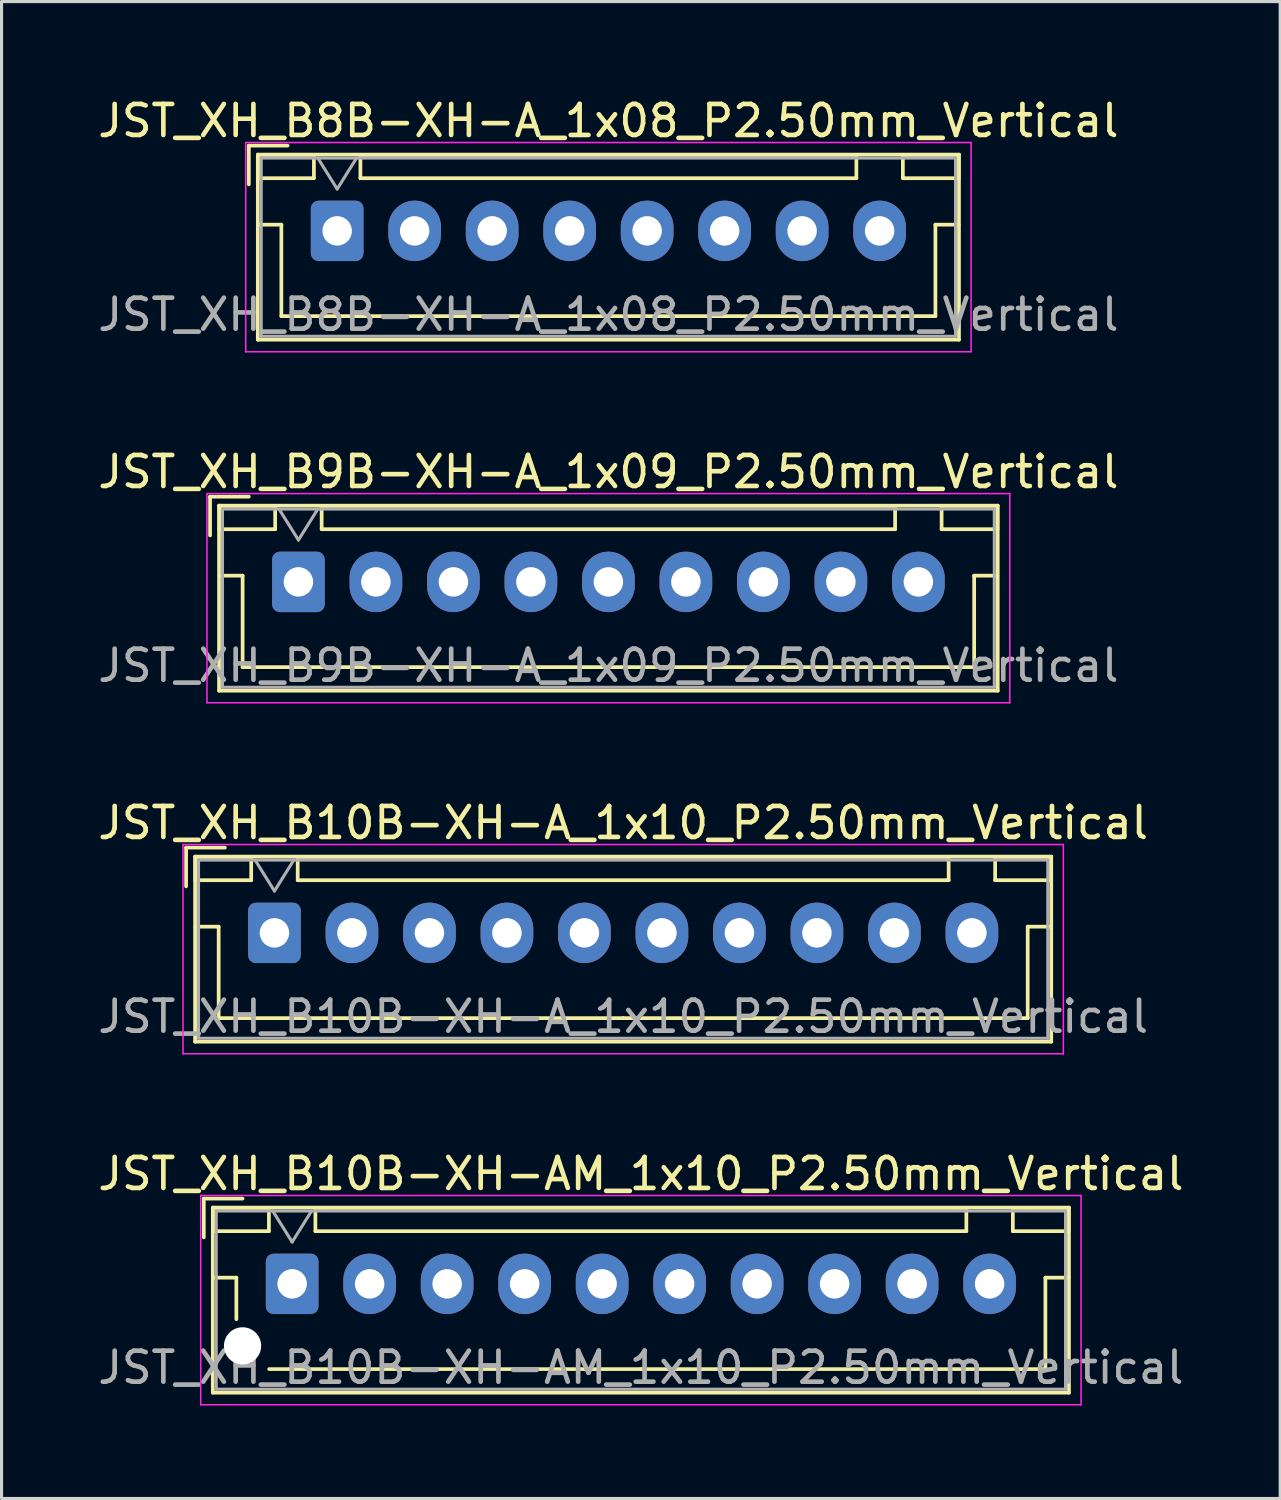
<source format=kicad_pcb>
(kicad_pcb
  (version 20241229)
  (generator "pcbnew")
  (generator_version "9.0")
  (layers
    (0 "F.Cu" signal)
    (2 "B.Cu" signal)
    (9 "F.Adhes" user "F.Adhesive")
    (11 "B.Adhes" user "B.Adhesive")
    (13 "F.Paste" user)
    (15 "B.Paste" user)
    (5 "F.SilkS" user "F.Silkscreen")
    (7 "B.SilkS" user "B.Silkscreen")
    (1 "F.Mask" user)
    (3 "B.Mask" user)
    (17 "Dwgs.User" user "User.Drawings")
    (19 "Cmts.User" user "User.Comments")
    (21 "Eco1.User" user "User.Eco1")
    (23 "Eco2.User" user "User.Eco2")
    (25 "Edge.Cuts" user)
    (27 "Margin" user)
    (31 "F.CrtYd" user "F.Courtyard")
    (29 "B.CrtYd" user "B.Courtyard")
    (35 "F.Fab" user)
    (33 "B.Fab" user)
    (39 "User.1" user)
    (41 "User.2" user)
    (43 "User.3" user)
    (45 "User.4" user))
  (footprint "JST_XH_B9B-XH-A_1x09_P2.50mm_Vertical"
    (layer "F.Cu")
    (at 6.577 15.722)
    (property "Reference" "JST_XH_B9B-XH-A_1x09_P2.50mm_Vertical" (at 10 -3.55 0) (layer "F.SilkS") (effects (font (size 1 1) (thickness 0.15))))
    (attr through_hole)
    (fp_line (start -2.85 -2.75) (end -2.85 -1.5) (stroke (width 0.12) (type solid)) (layer "F.SilkS"))
    (fp_line (start -2.56 -2.46) (end -2.56 3.51) (stroke (width 0.12) (type solid)) (layer "F.SilkS"))
    (fp_line (start -2.56 3.51) (end 22.56 3.51) (stroke (width 0.12) (type solid)) (layer "F.SilkS"))
    (fp_line (start -2.55 -2.45) (end -2.55 -1.7) (stroke (width 0.12) (type solid)) (layer "F.SilkS"))
    (fp_line (start -2.55 -1.7) (end -0.75 -1.7) (stroke (width 0.12) (type solid)) (layer "F.SilkS"))
    (fp_line (start -2.55 -0.2) (end -1.8 -0.2) (stroke (width 0.12) (type solid)) (layer "F.SilkS"))
    (fp_line (start -1.8 -0.2) (end -1.8 2.75) (stroke (width 0.12) (type solid)) (layer "F.SilkS"))
    (fp_line (start -1.8 2.75) (end 10 2.75) (stroke (width 0.12) (type solid)) (layer "F.SilkS"))
    (fp_line (start -1.6 -2.75) (end -2.85 -2.75) (stroke (width 0.12) (type solid)) (layer "F.SilkS"))
    (fp_line (start -0.75 -2.45) (end -2.55 -2.45) (stroke (width 0.12) (type solid)) (layer "F.SilkS"))
    (fp_line (start -0.75 -1.7) (end -0.75 -2.45) (stroke (width 0.12) (type solid)) (layer "F.SilkS"))
    (fp_line (start 0.75 -2.45) (end 0.75 -1.7) (stroke (width 0.12) (type solid)) (layer "F.SilkS"))
    (fp_line (start 0.75 -1.7) (end 19.25 -1.7) (stroke (width 0.12) (type solid)) (layer "F.SilkS"))
    (fp_line (start 19.25 -2.45) (end 0.75 -2.45) (stroke (width 0.12) (type solid)) (layer "F.SilkS"))
    (fp_line (start 19.25 -1.7) (end 19.25 -2.45) (stroke (width 0.12) (type solid)) (layer "F.SilkS"))
    (fp_line (start 20.75 -2.45) (end 20.75 -1.7) (stroke (width 0.12) (type solid)) (layer "F.SilkS"))
    (fp_line (start 20.75 -1.7) (end 22.55 -1.7) (stroke (width 0.12) (type solid)) (layer "F.SilkS"))
    (fp_line (start 21.8 -0.2) (end 21.8 2.75) (stroke (width 0.12) (type solid)) (layer "F.SilkS"))
    (fp_line (start 21.8 2.75) (end 10 2.75) (stroke (width 0.12) (type solid)) (layer "F.SilkS"))
    (fp_line (start 22.55 -2.45) (end 20.75 -2.45) (stroke (width 0.12) (type solid)) (layer "F.SilkS"))
    (fp_line (start 22.55 -1.7) (end 22.55 -2.45) (stroke (width 0.12) (type solid)) (layer "F.SilkS"))
    (fp_line (start 22.55 -0.2) (end 21.8 -0.2) (stroke (width 0.12) (type solid)) (layer "F.SilkS"))
    (fp_line (start 22.56 -2.46) (end -2.56 -2.46) (stroke (width 0.12) (type solid)) (layer "F.SilkS"))
    (fp_line (start 22.56 3.51) (end 22.56 -2.46) (stroke (width 0.12) (type solid)) (layer "F.SilkS"))
    (fp_line (start -2.95 -2.85) (end -2.95 3.9) (stroke (width 0.05) (type solid)) (layer "F.CrtYd"))
    (fp_line (start -2.95 3.9) (end 22.95 3.9) (stroke (width 0.05) (type solid)) (layer "F.CrtYd"))
    (fp_line (start 22.95 -2.85) (end -2.95 -2.85) (stroke (width 0.05) (type solid)) (layer "F.CrtYd"))
    (fp_line (start 22.95 3.9) (end 22.95 -2.85) (stroke (width 0.05) (type solid)) (layer "F.CrtYd"))
    (fp_line (start -2.45 -2.35) (end -2.45 3.4) (stroke (width 0.1) (type solid)) (layer "F.Fab"))
    (fp_line (start -2.45 3.4) (end 22.45 3.4) (stroke (width 0.1) (type solid)) (layer "F.Fab"))
    (fp_line (start -0.625 -2.35) (end 0 -1.35) (stroke (width 0.1) (type solid)) (layer "F.Fab"))
    (fp_line (start 0 -1.35) (end 0.625 -2.35) (stroke (width 0.1) (type solid)) (layer "F.Fab"))
    (fp_line (start 22.45 -2.35) (end -2.45 -2.35) (stroke (width 0.1) (type solid)) (layer "F.Fab"))
    (fp_line (start 22.45 3.4) (end 22.45 -2.35) (stroke (width 0.1) (type solid)) (layer "F.Fab"))
    (fp_text user "${REFERENCE}" (at 10 2.7 0) (layer "F.Fab") (effects (font (size 1 1) (thickness 0.15))))
    (pad "1" thru_hole roundrect (at 0 0) (size 1.7 1.95) (drill 0.95) (layers "*.Cu" "*.Mask") (roundrect_rratio 0.147))
    (pad "2" thru_hole oval (at 2.5 0) (size 1.7 1.95) (drill 0.95) (layers "*.Cu" "*.Mask"))
    (pad "3" thru_hole oval (at 5 0) (size 1.7 1.95) (drill 0.95) (layers "*.Cu" "*.Mask"))
    (pad "4" thru_hole oval (at 7.5 0) (size 1.7 1.95) (drill 0.95) (layers "*.Cu" "*.Mask"))
    (pad "5" thru_hole oval (at 10 0) (size 1.7 1.95) (drill 0.95) (layers "*.Cu" "*.Mask"))
    (pad "6" thru_hole oval (at 12.5 0) (size 1.7 1.95) (drill 0.95) (layers "*.Cu" "*.Mask"))
    (pad "7" thru_hole oval (at 15 0) (size 1.7 1.95) (drill 0.95) (layers "*.Cu" "*.Mask"))
    (pad "8" thru_hole oval (at 17.5 0) (size 1.7 1.95) (drill 0.95) (layers "*.Cu" "*.Mask"))
    (pad "9" thru_hole oval (at 20 0) (size 1.7 1.95) (drill 0.95) (layers "*.Cu" "*.Mask")))
  (footprint "JST_XH_B8B-XH-A_1x08_P2.50mm_Vertical"
    (layer "F.Cu")
    (at 7.827 4.398)
    (property "Reference" "JST_XH_B8B-XH-A_1x08_P2.50mm_Vertical" (at 8.75 -3.55 0) (layer "F.SilkS") (effects (font (size 1 1) (thickness 0.15))))
    (attr through_hole)
    (fp_line (start -2.85 -2.75) (end -2.85 -1.5) (stroke (width 0.12) (type solid)) (layer "F.SilkS"))
    (fp_line (start -2.56 -2.46) (end -2.56 3.51) (stroke (width 0.12) (type solid)) (layer "F.SilkS"))
    (fp_line (start -2.56 3.51) (end 20.06 3.51) (stroke (width 0.12) (type solid)) (layer "F.SilkS"))
    (fp_line (start -2.55 -2.45) (end -2.55 -1.7) (stroke (width 0.12) (type solid)) (layer "F.SilkS"))
    (fp_line (start -2.55 -1.7) (end -0.75 -1.7) (stroke (width 0.12) (type solid)) (layer "F.SilkS"))
    (fp_line (start -2.55 -0.2) (end -1.8 -0.2) (stroke (width 0.12) (type solid)) (layer "F.SilkS"))
    (fp_line (start -1.8 -0.2) (end -1.8 2.75) (stroke (width 0.12) (type solid)) (layer "F.SilkS"))
    (fp_line (start -1.8 2.75) (end 8.75 2.75) (stroke (width 0.12) (type solid)) (layer "F.SilkS"))
    (fp_line (start -1.6 -2.75) (end -2.85 -2.75) (stroke (width 0.12) (type solid)) (layer "F.SilkS"))
    (fp_line (start -0.75 -2.45) (end -2.55 -2.45) (stroke (width 0.12) (type solid)) (layer "F.SilkS"))
    (fp_line (start -0.75 -1.7) (end -0.75 -2.45) (stroke (width 0.12) (type solid)) (layer "F.SilkS"))
    (fp_line (start 0.75 -2.45) (end 0.75 -1.7) (stroke (width 0.12) (type solid)) (layer "F.SilkS"))
    (fp_line (start 0.75 -1.7) (end 16.75 -1.7) (stroke (width 0.12) (type solid)) (layer "F.SilkS"))
    (fp_line (start 16.75 -2.45) (end 0.75 -2.45) (stroke (width 0.12) (type solid)) (layer "F.SilkS"))
    (fp_line (start 16.75 -1.7) (end 16.75 -2.45) (stroke (width 0.12) (type solid)) (layer "F.SilkS"))
    (fp_line (start 18.25 -2.45) (end 18.25 -1.7) (stroke (width 0.12) (type solid)) (layer "F.SilkS"))
    (fp_line (start 18.25 -1.7) (end 20.05 -1.7) (stroke (width 0.12) (type solid)) (layer "F.SilkS"))
    (fp_line (start 19.3 -0.2) (end 19.3 2.75) (stroke (width 0.12) (type solid)) (layer "F.SilkS"))
    (fp_line (start 19.3 2.75) (end 8.75 2.75) (stroke (width 0.12) (type solid)) (layer "F.SilkS"))
    (fp_line (start 20.05 -2.45) (end 18.25 -2.45) (stroke (width 0.12) (type solid)) (layer "F.SilkS"))
    (fp_line (start 20.05 -1.7) (end 20.05 -2.45) (stroke (width 0.12) (type solid)) (layer "F.SilkS"))
    (fp_line (start 20.05 -0.2) (end 19.3 -0.2) (stroke (width 0.12) (type solid)) (layer "F.SilkS"))
    (fp_line (start 20.06 -2.46) (end -2.56 -2.46) (stroke (width 0.12) (type solid)) (layer "F.SilkS"))
    (fp_line (start 20.06 3.51) (end 20.06 -2.46) (stroke (width 0.12) (type solid)) (layer "F.SilkS"))
    (fp_line (start -2.95 -2.85) (end -2.95 3.9) (stroke (width 0.05) (type solid)) (layer "F.CrtYd"))
    (fp_line (start -2.95 3.9) (end 20.45 3.9) (stroke (width 0.05) (type solid)) (layer "F.CrtYd"))
    (fp_line (start 20.45 -2.85) (end -2.95 -2.85) (stroke (width 0.05) (type solid)) (layer "F.CrtYd"))
    (fp_line (start 20.45 3.9) (end 20.45 -2.85) (stroke (width 0.05) (type solid)) (layer "F.CrtYd"))
    (fp_line (start -2.45 -2.35) (end -2.45 3.4) (stroke (width 0.1) (type solid)) (layer "F.Fab"))
    (fp_line (start -2.45 3.4) (end 19.95 3.4) (stroke (width 0.1) (type solid)) (layer "F.Fab"))
    (fp_line (start -0.625 -2.35) (end 0 -1.35) (stroke (width 0.1) (type solid)) (layer "F.Fab"))
    (fp_line (start 0 -1.35) (end 0.625 -2.35) (stroke (width 0.1) (type solid)) (layer "F.Fab"))
    (fp_line (start 19.95 -2.35) (end -2.45 -2.35) (stroke (width 0.1) (type solid)) (layer "F.Fab"))
    (fp_line (start 19.95 3.4) (end 19.95 -2.35) (stroke (width 0.1) (type solid)) (layer "F.Fab"))
    (fp_text user "${REFERENCE}" (at 8.75 2.7 0) (layer "F.Fab") (effects (font (size 1 1) (thickness 0.15))))
    (pad "1" thru_hole roundrect (at 0 0) (size 1.7 1.95) (drill 0.95) (layers "*.Cu" "*.Mask") (roundrect_rratio 0.147))
    (pad "2" thru_hole oval (at 2.5 0) (size 1.7 1.95) (drill 0.95) (layers "*.Cu" "*.Mask"))
    (pad "3" thru_hole oval (at 5 0) (size 1.7 1.95) (drill 0.95) (layers "*.Cu" "*.Mask"))
    (pad "4" thru_hole oval (at 7.5 0) (size 1.7 1.95) (drill 0.95) (layers "*.Cu" "*.Mask"))
    (pad "5" thru_hole oval (at 10 0) (size 1.7 1.95) (drill 0.95) (layers "*.Cu" "*.Mask"))
    (pad "6" thru_hole oval (at 12.5 0) (size 1.7 1.95) (drill 0.95) (layers "*.Cu" "*.Mask"))
    (pad "7" thru_hole oval (at 15 0) (size 1.7 1.95) (drill 0.95) (layers "*.Cu" "*.Mask"))
    (pad "8" thru_hole oval (at 17.5 0) (size 1.7 1.95) (drill 0.95) (layers "*.Cu" "*.Mask")))
  (footprint "JST_XH_B10B-XH-AM_1x10_P2.50mm_Vertical"
    (layer "F.Cu")
    (at 6.375 38.368)
    (property "Reference" "JST_XH_B10B-XH-AM_1x10_P2.50mm_Vertical" (at 11.25 -3.55 0) (layer "F.SilkS") (effects (font (size 1 1) (thickness 0.15))))
    (attr through_hole)
    (fp_line (start -2.85 -2.75) (end -2.85 -1.5) (stroke (width 0.12) (type solid)) (layer "F.SilkS"))
    (fp_line (start -2.56 -2.46) (end -2.56 3.51) (stroke (width 0.12) (type solid)) (layer "F.SilkS"))
    (fp_line (start -2.56 3.51) (end 25.06 3.51) (stroke (width 0.12) (type solid)) (layer "F.SilkS"))
    (fp_line (start -2.55 -2.45) (end -2.55 -1.7) (stroke (width 0.12) (type solid)) (layer "F.SilkS"))
    (fp_line (start -2.55 -1.7) (end -0.75 -1.7) (stroke (width 0.12) (type solid)) (layer "F.SilkS"))
    (fp_line (start -2.55 -0.2) (end -1.8 -0.2) (stroke (width 0.12) (type solid)) (layer "F.SilkS"))
    (fp_line (start -1.8 -0.2) (end -1.8 1.14) (stroke (width 0.12) (type solid)) (layer "F.SilkS"))
    (fp_line (start -1.6 -2.75) (end -2.85 -2.75) (stroke (width 0.12) (type solid)) (layer "F.SilkS"))
    (fp_line (start -0.75 -2.45) (end -2.55 -2.45) (stroke (width 0.12) (type solid)) (layer "F.SilkS"))
    (fp_line (start -0.75 -1.7) (end -0.75 -2.45) (stroke (width 0.12) (type solid)) (layer "F.SilkS"))
    (fp_line (start 0.75 -2.45) (end 0.75 -1.7) (stroke (width 0.12) (type solid)) (layer "F.SilkS"))
    (fp_line (start 0.75 -1.7) (end 21.75 -1.7) (stroke (width 0.12) (type solid)) (layer "F.SilkS"))
    (fp_line (start 11.25 2.75) (end -0.74 2.75) (stroke (width 0.12) (type solid)) (layer "F.SilkS"))
    (fp_line (start 21.75 -2.45) (end 0.75 -2.45) (stroke (width 0.12) (type solid)) (layer "F.SilkS"))
    (fp_line (start 21.75 -1.7) (end 21.75 -2.45) (stroke (width 0.12) (type solid)) (layer "F.SilkS"))
    (fp_line (start 23.25 -2.45) (end 23.25 -1.7) (stroke (width 0.12) (type solid)) (layer "F.SilkS"))
    (fp_line (start 23.25 -1.7) (end 25.05 -1.7) (stroke (width 0.12) (type solid)) (layer "F.SilkS"))
    (fp_line (start 24.3 -0.2) (end 24.3 2.75) (stroke (width 0.12) (type solid)) (layer "F.SilkS"))
    (fp_line (start 24.3 2.75) (end 11.25 2.75) (stroke (width 0.12) (type solid)) (layer "F.SilkS"))
    (fp_line (start 25.05 -2.45) (end 23.25 -2.45) (stroke (width 0.12) (type solid)) (layer "F.SilkS"))
    (fp_line (start 25.05 -1.7) (end 25.05 -2.45) (stroke (width 0.12) (type solid)) (layer "F.SilkS"))
    (fp_line (start 25.05 -0.2) (end 24.3 -0.2) (stroke (width 0.12) (type solid)) (layer "F.SilkS"))
    (fp_line (start 25.06 -2.46) (end -2.56 -2.46) (stroke (width 0.12) (type solid)) (layer "F.SilkS"))
    (fp_line (start 25.06 3.51) (end 25.06 -2.46) (stroke (width 0.12) (type solid)) (layer "F.SilkS"))
    (fp_line (start -2.95 -2.85) (end -2.95 3.9) (stroke (width 0.05) (type solid)) (layer "F.CrtYd"))
    (fp_line (start -2.95 3.9) (end 25.45 3.9) (stroke (width 0.05) (type solid)) (layer "F.CrtYd"))
    (fp_line (start 25.45 -2.85) (end -2.95 -2.85) (stroke (width 0.05) (type solid)) (layer "F.CrtYd"))
    (fp_line (start 25.45 3.9) (end 25.45 -2.85) (stroke (width 0.05) (type solid)) (layer "F.CrtYd"))
    (fp_line (start -2.45 -2.35) (end -2.45 3.4) (stroke (width 0.1) (type solid)) (layer "F.Fab"))
    (fp_line (start -2.45 3.4) (end 24.95 3.4) (stroke (width 0.1) (type solid)) (layer "F.Fab"))
    (fp_line (start -0.625 -2.35) (end 0 -1.35) (stroke (width 0.1) (type solid)) (layer "F.Fab"))
    (fp_line (start 0 -1.35) (end 0.625 -2.35) (stroke (width 0.1) (type solid)) (layer "F.Fab"))
    (fp_line (start 24.95 -2.35) (end -2.45 -2.35) (stroke (width 0.1) (type solid)) (layer "F.Fab"))
    (fp_line (start 24.95 3.4) (end 24.95 -2.35) (stroke (width 0.1) (type solid)) (layer "F.Fab"))
    (fp_text user "${REFERENCE}" (at 11.25 2.7 0) (layer "F.Fab") (effects (font (size 1 1) (thickness 0.15))))
    (pad "" np_thru_hole circle (at -1.6 2) (size 1.2 1.2) (drill 1.2) (layers "*.Cu" "*.Mask"))
    (pad "1" thru_hole roundrect (at 0 0) (size 1.7 1.95) (drill 0.95) (layers "*.Cu" "*.Mask") (roundrect_rratio 0.147))
    (pad "2" thru_hole oval (at 2.5 0) (size 1.7 1.95) (drill 0.95) (layers "*.Cu" "*.Mask"))
    (pad "3" thru_hole oval (at 5 0) (size 1.7 1.95) (drill 0.95) (layers "*.Cu" "*.Mask"))
    (pad "4" thru_hole oval (at 7.5 0) (size 1.7 1.95) (drill 0.95) (layers "*.Cu" "*.Mask"))
    (pad "5" thru_hole oval (at 10 0) (size 1.7 1.95) (drill 0.95) (layers "*.Cu" "*.Mask"))
    (pad "6" thru_hole oval (at 12.5 0) (size 1.7 1.95) (drill 0.95) (layers "*.Cu" "*.Mask"))
    (pad "7" thru_hole oval (at 15 0) (size 1.7 1.95) (drill 0.95) (layers "*.Cu" "*.Mask"))
    (pad "8" thru_hole oval (at 17.5 0) (size 1.7 1.95) (drill 0.95) (layers "*.Cu" "*.Mask"))
    (pad "9" thru_hole oval (at 20 0) (size 1.7 1.95) (drill 0.95) (layers "*.Cu" "*.Mask"))
    (pad "10" thru_hole oval (at 22.5 0) (size 1.7 1.95) (drill 0.95) (layers "*.Cu" "*.Mask")))
  (footprint "JST_XH_B10B-XH-A_1x10_P2.50mm_Vertical"
    (layer "F.Cu")
    (at 5.804 27.045)
    (property "Reference" "JST_XH_B10B-XH-A_1x10_P2.50mm_Vertical" (at 11.25 -3.55 0) (layer "F.SilkS") (effects (font (size 1 1) (thickness 0.15))))
    (attr through_hole)
    (fp_line (start -2.85 -2.75) (end -2.85 -1.5) (stroke (width 0.12) (type solid)) (layer "F.SilkS"))
    (fp_line (start -2.56 -2.46) (end -2.56 3.51) (stroke (width 0.12) (type solid)) (layer "F.SilkS"))
    (fp_line (start -2.56 3.51) (end 25.06 3.51) (stroke (width 0.12) (type solid)) (layer "F.SilkS"))
    (fp_line (start -2.55 -2.45) (end -2.55 -1.7) (stroke (width 0.12) (type solid)) (layer "F.SilkS"))
    (fp_line (start -2.55 -1.7) (end -0.75 -1.7) (stroke (width 0.12) (type solid)) (layer "F.SilkS"))
    (fp_line (start -2.55 -0.2) (end -1.8 -0.2) (stroke (width 0.12) (type solid)) (layer "F.SilkS"))
    (fp_line (start -1.8 -0.2) (end -1.8 2.75) (stroke (width 0.12) (type solid)) (layer "F.SilkS"))
    (fp_line (start -1.8 2.75) (end 11.25 2.75) (stroke (width 0.12) (type solid)) (layer "F.SilkS"))
    (fp_line (start -1.6 -2.75) (end -2.85 -2.75) (stroke (width 0.12) (type solid)) (layer "F.SilkS"))
    (fp_line (start -0.75 -2.45) (end -2.55 -2.45) (stroke (width 0.12) (type solid)) (layer "F.SilkS"))
    (fp_line (start -0.75 -1.7) (end -0.75 -2.45) (stroke (width 0.12) (type solid)) (layer "F.SilkS"))
    (fp_line (start 0.75 -2.45) (end 0.75 -1.7) (stroke (width 0.12) (type solid)) (layer "F.SilkS"))
    (fp_line (start 0.75 -1.7) (end 21.75 -1.7) (stroke (width 0.12) (type solid)) (layer "F.SilkS"))
    (fp_line (start 21.75 -2.45) (end 0.75 -2.45) (stroke (width 0.12) (type solid)) (layer "F.SilkS"))
    (fp_line (start 21.75 -1.7) (end 21.75 -2.45) (stroke (width 0.12) (type solid)) (layer "F.SilkS"))
    (fp_line (start 23.25 -2.45) (end 23.25 -1.7) (stroke (width 0.12) (type solid)) (layer "F.SilkS"))
    (fp_line (start 23.25 -1.7) (end 25.05 -1.7) (stroke (width 0.12) (type solid)) (layer "F.SilkS"))
    (fp_line (start 24.3 -0.2) (end 24.3 2.75) (stroke (width 0.12) (type solid)) (layer "F.SilkS"))
    (fp_line (start 24.3 2.75) (end 11.25 2.75) (stroke (width 0.12) (type solid)) (layer "F.SilkS"))
    (fp_line (start 25.05 -2.45) (end 23.25 -2.45) (stroke (width 0.12) (type solid)) (layer "F.SilkS"))
    (fp_line (start 25.05 -1.7) (end 25.05 -2.45) (stroke (width 0.12) (type solid)) (layer "F.SilkS"))
    (fp_line (start 25.05 -0.2) (end 24.3 -0.2) (stroke (width 0.12) (type solid)) (layer "F.SilkS"))
    (fp_line (start 25.06 -2.46) (end -2.56 -2.46) (stroke (width 0.12) (type solid)) (layer "F.SilkS"))
    (fp_line (start 25.06 3.51) (end 25.06 -2.46) (stroke (width 0.12) (type solid)) (layer "F.SilkS"))
    (fp_line (start -2.95 -2.85) (end -2.95 3.9) (stroke (width 0.05) (type solid)) (layer "F.CrtYd"))
    (fp_line (start -2.95 3.9) (end 25.45 3.9) (stroke (width 0.05) (type solid)) (layer "F.CrtYd"))
    (fp_line (start 25.45 -2.85) (end -2.95 -2.85) (stroke (width 0.05) (type solid)) (layer "F.CrtYd"))
    (fp_line (start 25.45 3.9) (end 25.45 -2.85) (stroke (width 0.05) (type solid)) (layer "F.CrtYd"))
    (fp_line (start -2.45 -2.35) (end -2.45 3.4) (stroke (width 0.1) (type solid)) (layer "F.Fab"))
    (fp_line (start -2.45 3.4) (end 24.95 3.4) (stroke (width 0.1) (type solid)) (layer "F.Fab"))
    (fp_line (start -0.625 -2.35) (end 0 -1.35) (stroke (width 0.1) (type solid)) (layer "F.Fab"))
    (fp_line (start 0 -1.35) (end 0.625 -2.35) (stroke (width 0.1) (type solid)) (layer "F.Fab"))
    (fp_line (start 24.95 -2.35) (end -2.45 -2.35) (stroke (width 0.1) (type solid)) (layer "F.Fab"))
    (fp_line (start 24.95 3.4) (end 24.95 -2.35) (stroke (width 0.1) (type solid)) (layer "F.Fab"))
    (fp_text user "${REFERENCE}" (at 11.25 2.7 0) (layer "F.Fab") (effects (font (size 1 1) (thickness 0.15))))
    (pad "1" thru_hole roundrect (at 0 0) (size 1.7 1.95) (drill 0.95) (layers "*.Cu" "*.Mask") (roundrect_rratio 0.147))
    (pad "2" thru_hole oval (at 2.5 0) (size 1.7 1.95) (drill 0.95) (layers "*.Cu" "*.Mask"))
    (pad "3" thru_hole oval (at 5 0) (size 1.7 1.95) (drill 0.95) (layers "*.Cu" "*.Mask"))
    (pad "4" thru_hole oval (at 7.5 0) (size 1.7 1.95) (drill 0.95) (layers "*.Cu" "*.Mask"))
    (pad "5" thru_hole oval (at 10 0) (size 1.7 1.95) (drill 0.95) (layers "*.Cu" "*.Mask"))
    (pad "6" thru_hole oval (at 12.5 0) (size 1.7 1.95) (drill 0.95) (layers "*.Cu" "*.Mask"))
    (pad "7" thru_hole oval (at 15 0) (size 1.7 1.95) (drill 0.95) (layers "*.Cu" "*.Mask"))
    (pad "8" thru_hole oval (at 17.5 0) (size 1.7 1.95) (drill 0.95) (layers "*.Cu" "*.Mask"))
    (pad "9" thru_hole oval (at 20 0) (size 1.7 1.95) (drill 0.95) (layers "*.Cu" "*.Mask"))
    (pad "10" thru_hole oval (at 22.5 0) (size 1.7 1.95) (drill 0.95) (layers "*.Cu" "*.Mask")))
  (gr_rect
    (start -3 -3)
    (end 38.25 45.293)
    (stroke (width 0.1) (type default))
    (fill no)
    (layer "Edge.Cuts")))
</source>
